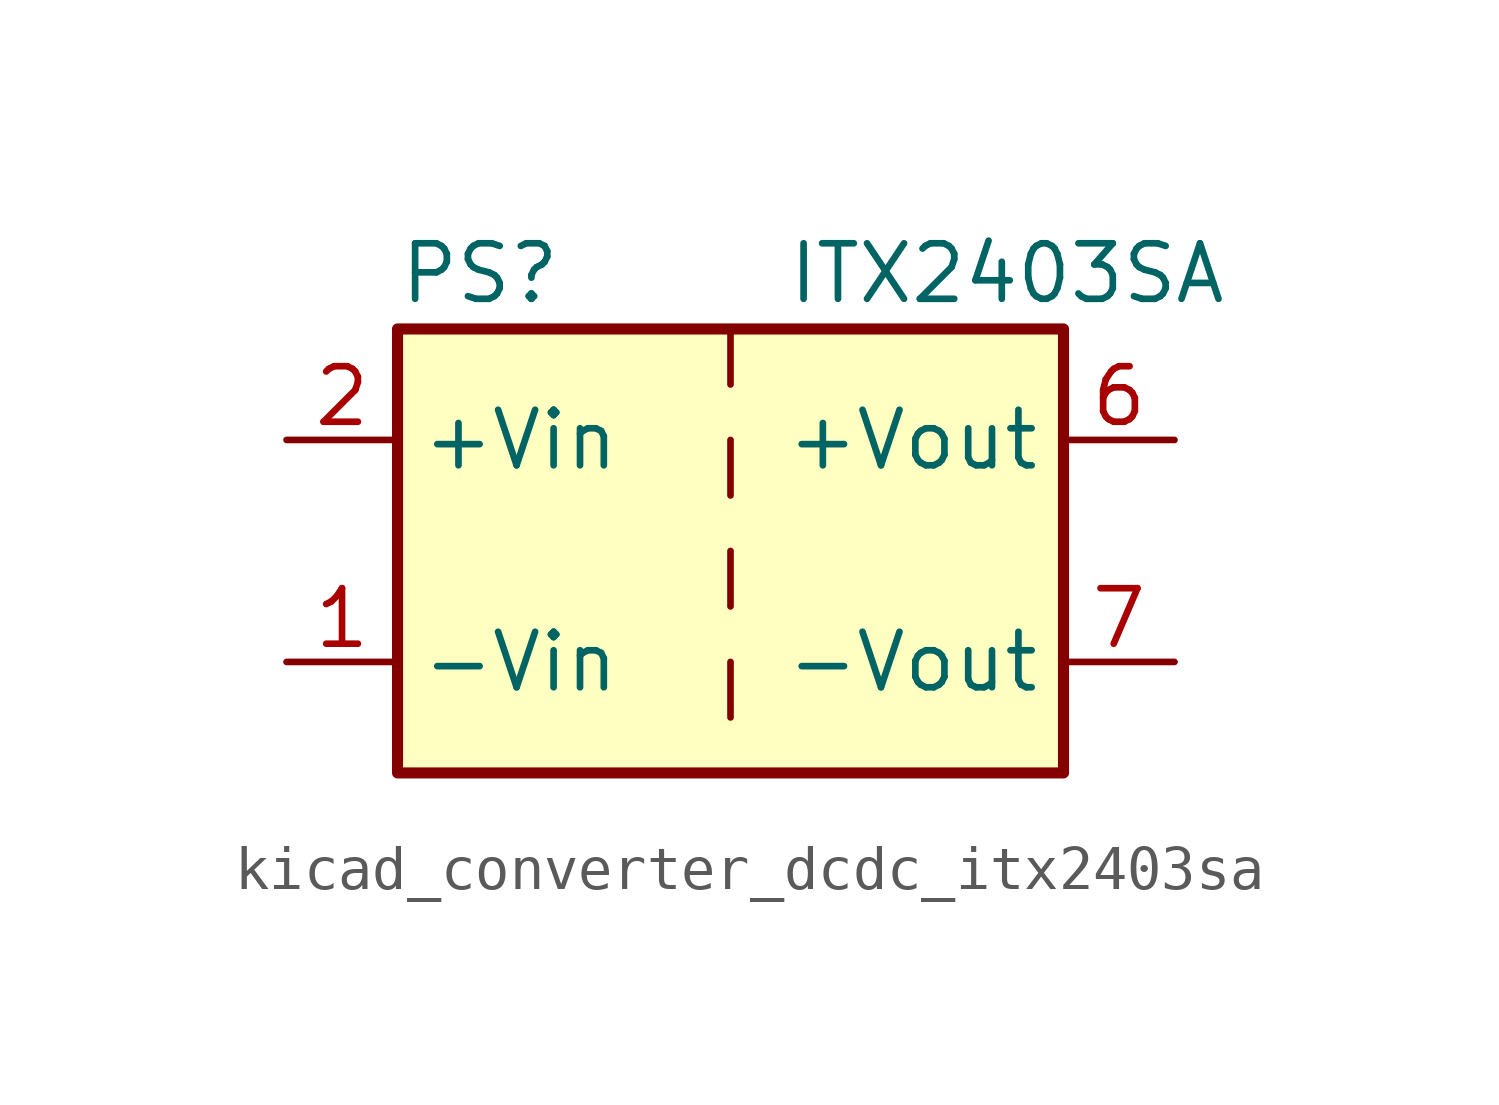
<source format=kicad_sym>
(kicad_symbol_lib
  (version 20220914)
  (generator kicad_symbol_editor)
  (symbol "kicad_converter_dcdc_itx2403sa"
    (property "Reference" "PS"
      (at -7.62 6.35 0)
      (effects (font (size 1.27 1.27)) (justify left)))
    (property "Value" "ITX2403SA"
      (at 1.27 6.35 0)
      (effects (font (size 1.27 1.27)) (justify left)))
    (symbol "kicad_converter_dcdc_itx2403sa_0_0"
      (pin power_in line (at -10.16 -2.54 0) (length 2.54) (name "-Vin" (effects (font (size 1.27 1.27)))) (number "1" (effects (font (size 1.27 1.27)))))
      (pin power_in line (at -10.16 2.54 0) (length 2.54) (name "+Vin" (effects (font (size 1.27 1.27)))) (number "2" (effects (font (size 1.27 1.27)))))
      (pin power_out line (at 10.16 2.54 180) (length 2.54) (name "+Vout" (effects (font (size 1.27 1.27)))) (number "6" (effects (font (size 1.27 1.27)))))
      (pin power_out line (at 10.16 -2.54 180) (length 2.54) (name "-Vout" (effects (font (size 1.27 1.27)))) (number "7" (effects (font (size 1.27 1.27)))))
      (pin no_connect line (at 7.62 0 180) (length 2.54) hide (name "NC" (effects (font (size 1.27 1.27)))) (number "8" (effects (font (size 1.27 1.27))))))
    (symbol "kicad_converter_dcdc_itx2403sa_0_1"
      (rectangle (start -7.62 5.08) (end 7.62 -5.08) (stroke (width 0.254) (type default)) (fill (type background)))
      (polyline (pts (xy 0 -2.54) (xy 0 -3.81)) (stroke (width 0) (type default)) (fill (type none)))
      (polyline (pts (xy 0 0) (xy 0 -1.27)) (stroke (width 0) (type default)) (fill (type none)))
      (polyline (pts (xy 0 2.54) (xy 0 1.27)) (stroke (width 0) (type default)) (fill (type none)))
      (polyline (pts (xy 0 5.08) (xy 0 3.81)) (stroke (width 0) (type default)) (fill (type none))))))
</source>
